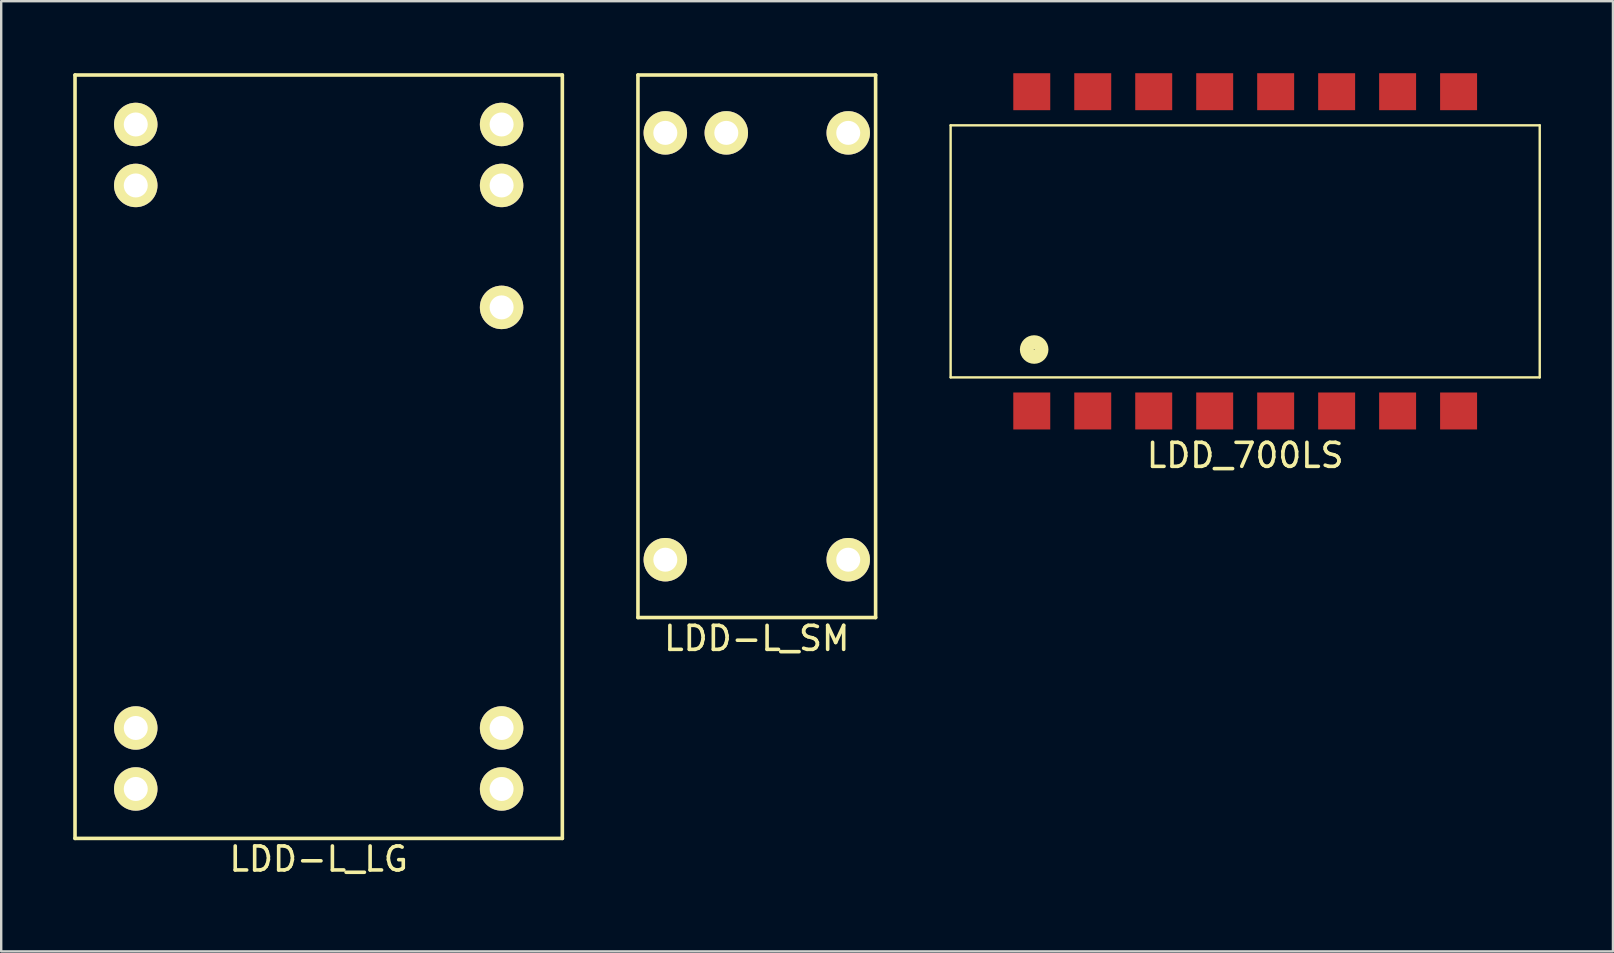
<source format=kicad_pcb>
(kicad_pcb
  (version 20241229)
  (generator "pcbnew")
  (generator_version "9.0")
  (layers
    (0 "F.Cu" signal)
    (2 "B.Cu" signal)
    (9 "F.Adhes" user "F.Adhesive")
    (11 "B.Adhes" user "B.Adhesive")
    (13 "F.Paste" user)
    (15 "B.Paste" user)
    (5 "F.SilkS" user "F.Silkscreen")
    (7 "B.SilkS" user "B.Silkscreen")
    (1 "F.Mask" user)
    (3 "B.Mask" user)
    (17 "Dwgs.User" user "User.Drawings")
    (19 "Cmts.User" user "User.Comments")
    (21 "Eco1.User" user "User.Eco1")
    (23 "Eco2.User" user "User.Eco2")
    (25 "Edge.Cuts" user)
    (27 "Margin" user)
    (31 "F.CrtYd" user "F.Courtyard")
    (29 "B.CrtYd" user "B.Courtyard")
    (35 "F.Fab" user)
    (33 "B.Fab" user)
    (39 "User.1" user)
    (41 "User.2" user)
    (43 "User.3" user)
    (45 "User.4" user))
  (footprint "LDD_700LS"
    (layer "F.Cu")
    (at 48.82 7.42)
    (property "Reference" "LDD_700LS" (at 0 8.5 0) (layer "F.SilkS") (effects (font (size 1 1) (thickness 0.15))))
    (attr through_hole)
    (fp_line (start -12.27 -5.25) (end 12.27 -5.25) (stroke (width 0.1) (type solid)) (layer "F.SilkS"))
    (fp_line (start -12.27 5.25) (end -12.27 -5.25) (stroke (width 0.1) (type solid)) (layer "F.SilkS"))
    (fp_line (start 12.27 -5.25) (end 12.27 5.25) (stroke (width 0.1) (type solid)) (layer "F.SilkS"))
    (fp_line (start 12.27 5.25) (end -12.27 5.25) (stroke (width 0.1) (type solid)) (layer "F.SilkS"))
    (fp_circle (center -8.79 4.09) (end -8.56 3.89) (stroke (width 0.58) (type solid)) (fill no) (layer "F.SilkS"))
    (pad "1" smd rect (at -8.89 6.65) (size 1.54 1.54) (layers "F.Cu" "F.Mask" "F.Paste"))
    (pad "2" smd rect (at -8.89 -6.65) (size 1.54 1.54) (layers "F.Cu" "F.Mask" "F.Paste"))
    (pad "3" smd rect (at 6.35 6.65) (size 1.54 1.54) (layers "F.Cu" "F.Mask" "F.Paste"))
    (pad "3" smd rect (at 8.89 6.65) (size 1.54 1.54) (layers "F.Cu" "F.Mask" "F.Paste"))
    (pad "4" smd rect (at 6.35 -6.65) (size 1.54 1.54) (layers "F.Cu" "F.Mask" "F.Paste"))
    (pad "4" smd rect (at 8.89 -6.65) (size 1.54 1.54) (layers "F.Cu" "F.Mask" "F.Paste"))
    (pad "5" smd rect (at -3.81 -6.65) (size 1.54 1.54) (layers "F.Cu" "F.Mask" "F.Paste"))
    (pad "a" smd rect (at -6.35 -6.65) (size 1.54 1.54) (layers "F.Cu" "F.Mask" "F.Paste"))
    (pad "b" smd rect (at -1.27 -6.65) (size 1.54 1.54) (layers "F.Cu" "F.Mask" "F.Paste"))
    (pad "c" smd rect (at 1.27 -6.65) (size 1.54 1.54) (layers "F.Cu" "F.Mask" "F.Paste"))
    (pad "d" smd rect (at 3.81 -6.65) (size 1.54 1.54) (layers "F.Cu" "F.Mask" "F.Paste"))
    (pad "e" smd rect (at -6.35 6.65) (size 1.54 1.54) (layers "F.Cu" "F.Mask" "F.Paste"))
    (pad "f" smd rect (at -3.81 6.65) (size 1.54 1.54) (layers "F.Cu" "F.Mask" "F.Paste"))
    (pad "g" smd rect (at -1.27 6.65) (size 1.54 1.54) (layers "F.Cu" "F.Mask" "F.Paste"))
    (pad "h" smd rect (at 1.27 6.65) (size 1.54 1.54) (layers "F.Cu" "F.Mask" "F.Paste"))
    (pad "i" smd rect (at 3.81 6.65) (size 1.54 1.54) (layers "F.Cu" "F.Mask" "F.Paste")))
  (footprint "LDD-L_SM"
    (layer "F.Cu")
    (at 28.475 11.375)
    (property "Reference" "LDD-L_SM" (at 0 12.17 0) (layer "F.SilkS") (effects (font (size 1 1) (thickness 0.15))))
    (attr through_hole)
    (fp_line (start -4.95 -11.3) (end 4.95 -11.3) (stroke (width 0.15) (type solid)) (layer "F.SilkS"))
    (fp_line (start -4.95 11.3) (end -4.95 -11.3) (stroke (width 0.15) (type solid)) (layer "F.SilkS"))
    (fp_line (start 4.95 -11.3) (end 4.95 11.3) (stroke (width 0.15) (type solid)) (layer "F.SilkS"))
    (fp_line (start 4.95 11.3) (end -4.95 11.3) (stroke (width 0.15) (type solid)) (layer "F.SilkS"))
    (pad "1" thru_hole circle (at 3.81 -8.89) (size 1.81 1.81) (drill 1) (layers "*.Cu" "*.Mask" "F.SilkS"))
    (pad "2" thru_hole circle (at -3.81 -8.89) (size 1.81 1.81) (drill 1) (layers "*.Cu" "*.Mask" "F.SilkS"))
    (pad "3" thru_hole circle (at 3.81 8.89) (size 1.81 1.81) (drill 1) (layers "*.Cu" "*.Mask" "F.SilkS"))
    (pad "4" thru_hole circle (at -3.81 8.89) (size 1.81 1.81) (drill 1) (layers "*.Cu" "*.Mask" "F.SilkS"))
    (pad "5" thru_hole circle (at -1.27 -8.89) (size 1.81 1.81) (drill 1) (layers "*.Cu" "*.Mask" "F.SilkS")))
  (footprint "LDD-L_LG"
    (layer "F.Cu")
    (at 10.225 15.975)
    (property "Reference" "LDD-L_LG" (at 0 16.76 0) (layer "F.SilkS") (effects (font (size 1 1) (thickness 0.15))))
    (attr through_hole)
    (fp_line (start -10.15 -15.9) (end 10.15 -15.9) (stroke (width 0.15) (type solid)) (layer "F.SilkS"))
    (fp_line (start -10.15 15.9) (end -10.15 -15.9) (stroke (width 0.15) (type solid)) (layer "F.SilkS"))
    (fp_line (start 10.15 -15.9) (end 10.15 15.9) (stroke (width 0.15) (type solid)) (layer "F.SilkS"))
    (fp_line (start 10.15 15.9) (end -10.15 15.9) (stroke (width 0.15) (type solid)) (layer "F.SilkS"))
    (pad "1" thru_hole circle (at 7.62 -13.84) (size 1.81 1.81) (drill 1) (layers "*.Cu" "*.Mask" "F.SilkS"))
    (pad "1" thru_hole circle (at 7.62 -11.3) (size 1.81 1.81) (drill 1) (layers "*.Cu" "*.Mask" "F.SilkS"))
    (pad "2" thru_hole circle (at -7.62 -13.84) (size 1.81 1.81) (drill 1) (layers "*.Cu" "*.Mask" "F.SilkS"))
    (pad "2" thru_hole circle (at -7.62 -11.3) (size 1.81 1.81) (drill 1) (layers "*.Cu" "*.Mask" "F.SilkS"))
    (pad "3" thru_hole circle (at 7.62 11.3) (size 1.81 1.81) (drill 1) (layers "*.Cu" "*.Mask" "F.SilkS"))
    (pad "3" thru_hole circle (at 7.62 13.84) (size 1.81 1.81) (drill 1) (layers "*.Cu" "*.Mask" "F.SilkS"))
    (pad "4" thru_hole circle (at -7.62 11.3) (size 1.81 1.81) (drill 1) (layers "*.Cu" "*.Mask" "F.SilkS"))
    (pad "4" thru_hole circle (at -7.62 13.84) (size 1.81 1.81) (drill 1) (layers "*.Cu" "*.Mask" "F.SilkS"))
    (pad "5" thru_hole circle (at 7.62 -6.22) (size 1.81 1.81) (drill 1) (layers "*.Cu" "*.Mask" "F.SilkS")))
  (gr_rect
    (start -3 -3)
    (end 64.14 36.583)
    (stroke (width 0.1) (type default))
    (fill no)
    (layer "Edge.Cuts")))
</source>
